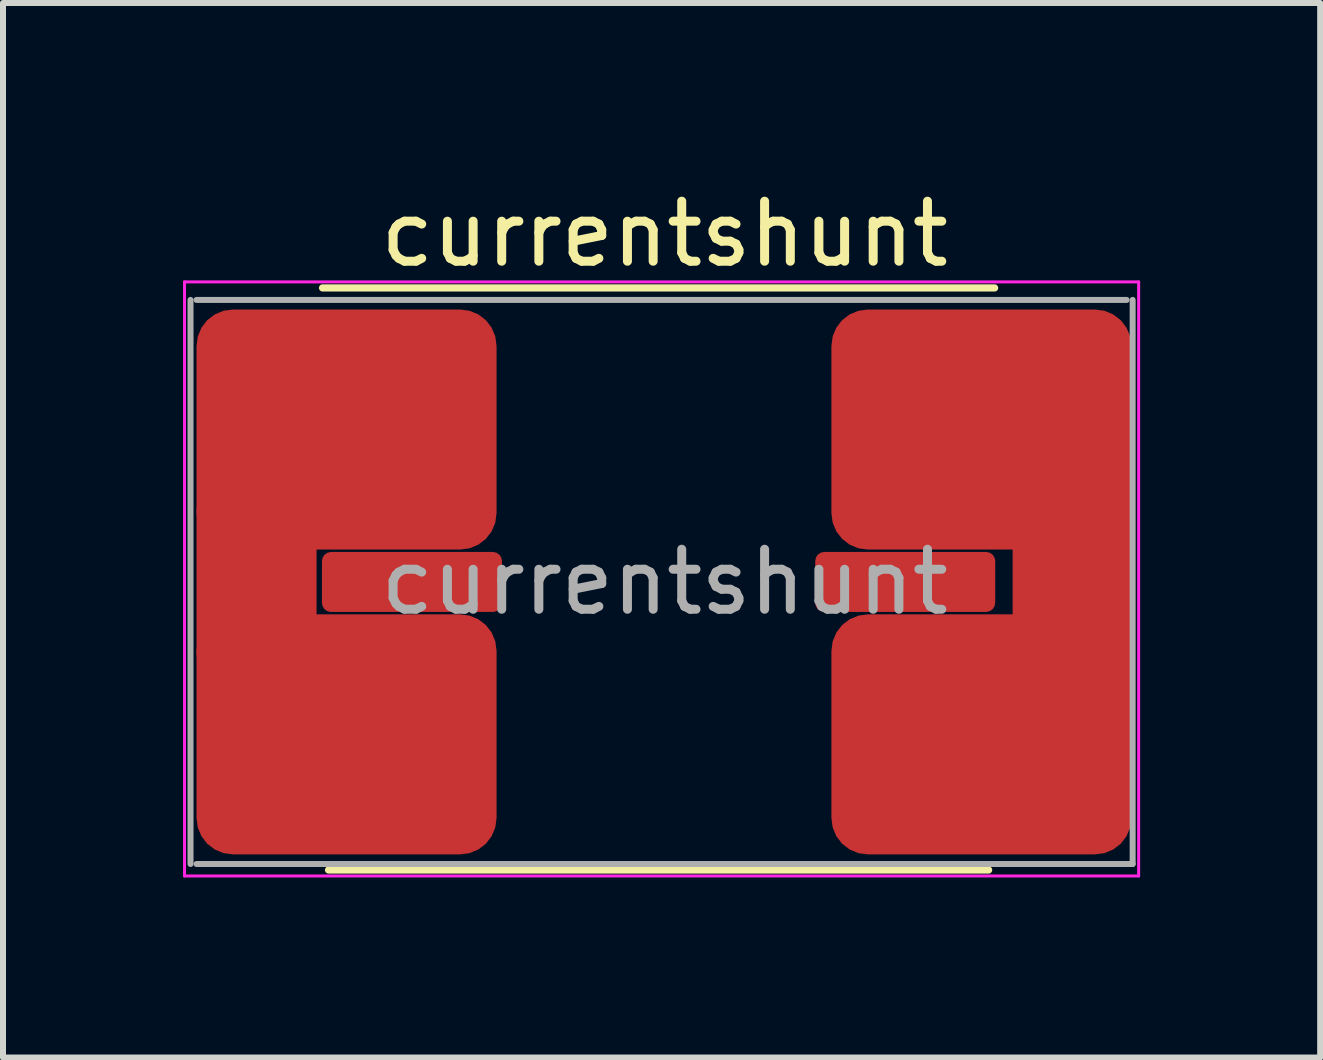
<source format=kicad_pcb>
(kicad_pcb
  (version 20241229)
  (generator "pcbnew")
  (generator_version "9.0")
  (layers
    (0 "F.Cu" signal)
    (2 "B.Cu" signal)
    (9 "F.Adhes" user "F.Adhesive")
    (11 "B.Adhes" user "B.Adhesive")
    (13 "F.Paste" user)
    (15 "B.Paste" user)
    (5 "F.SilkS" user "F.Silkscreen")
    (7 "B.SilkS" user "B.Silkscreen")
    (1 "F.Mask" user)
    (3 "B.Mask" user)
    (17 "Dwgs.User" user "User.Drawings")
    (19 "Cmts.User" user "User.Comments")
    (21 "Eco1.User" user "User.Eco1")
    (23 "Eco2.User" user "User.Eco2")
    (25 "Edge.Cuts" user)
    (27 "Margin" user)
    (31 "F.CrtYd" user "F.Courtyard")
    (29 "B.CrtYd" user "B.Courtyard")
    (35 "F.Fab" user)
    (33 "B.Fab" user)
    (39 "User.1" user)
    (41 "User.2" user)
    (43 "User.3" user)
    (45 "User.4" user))
  (footprint "currentshunt"
    (layer "F.Cu")
    (at 8.025 6.648)
    (property "Reference" "currentshunt" (at 0 -5.8 0) (layer "F.SilkS") (effects (font (size 1 1) (thickness 0.15))))
    (attr smd)
    (fp_line (start -5.7 -4.9) (end 5.5 -4.9) (stroke (width 0.12) (type solid)) (layer "F.SilkS"))
    (fp_line (start -5.6 4.8) (end 5.4 4.8) (stroke (width 0.12) (type solid)) (layer "F.SilkS"))
    (fp_line (start -8 -5) (end 7.9 -5) (stroke (width 0.05) (type solid)) (layer "F.CrtYd"))
    (fp_line (start -8 4.9) (end -8 -5) (stroke (width 0.05) (type solid)) (layer "F.CrtYd"))
    (fp_line (start 7.9 -5) (end 7.9 4.9) (stroke (width 0.05) (type solid)) (layer "F.CrtYd"))
    (fp_line (start 7.9 4.9) (end -8 4.9) (stroke (width 0.05) (type solid)) (layer "F.CrtYd"))
    (fp_line (start -7.9 4.7) (end -7.9 -4.7) (stroke (width 0.1) (type solid)) (layer "F.Fab"))
    (fp_line (start -7.8 -4.7) (end 7.7 -4.7) (stroke (width 0.1) (type solid)) (layer "F.Fab"))
    (fp_line (start 7.8 -4.7) (end 7.8 4.7) (stroke (width 0.1) (type solid)) (layer "F.Fab"))
    (fp_line (start 7.8 4.7) (end -7.8 4.7) (stroke (width 0.1) (type solid)) (layer "F.Fab"))
    (fp_text user "${REFERENCE}" (at 0 0 0) (layer "F.Fab") (effects (font (size 1 1) (thickness 0.15))))
    (pad "1" smd roundrect (at -6.8 0 90) (size 3 2) (layers "F.Cu" "F.Mask" "F.Paste") (roundrect_rratio 0.152))
    (pad "1" smd roundrect (at -5.3 -2.54) (size 5 4) (layers "F.Cu" "F.Mask" "F.Paste") (roundrect_rratio 0.152))
    (pad "1" smd roundrect (at -5.3 2.54) (size 5 4) (layers "F.Cu" "F.Mask" "F.Paste") (roundrect_rratio 0.152))
    (pad "2" smd roundrect (at -4.21 0) (size 3 1) (layers "F.Cu" "F.Mask" "F.Paste") (roundrect_rratio 0.152))
    (pad "3" smd roundrect (at 4.01 0) (size 3 1) (layers "F.Cu" "F.Mask" "F.Paste") (roundrect_rratio 0.152))
    (pad "4" smd roundrect (at 5.28 -2.54) (size 5 4) (layers "F.Cu" "F.Mask" "F.Paste") (roundrect_rratio 0.152))
    (pad "4" smd roundrect (at 5.28 2.54) (size 5 4) (layers "F.Cu" "F.Mask" "F.Paste") (roundrect_rratio 0.152))
    (pad "4" smd roundrect (at 6.8 0 270) (size 3 2) (layers "F.Cu" "F.Mask" "F.Paste") (roundrect_rratio 0.152)))
  (gr_rect
    (start -3 -3)
    (end 18.95 14.573)
    (stroke (width 0.1) (type default))
    (fill no)
    (layer "Edge.Cuts")))
</source>
